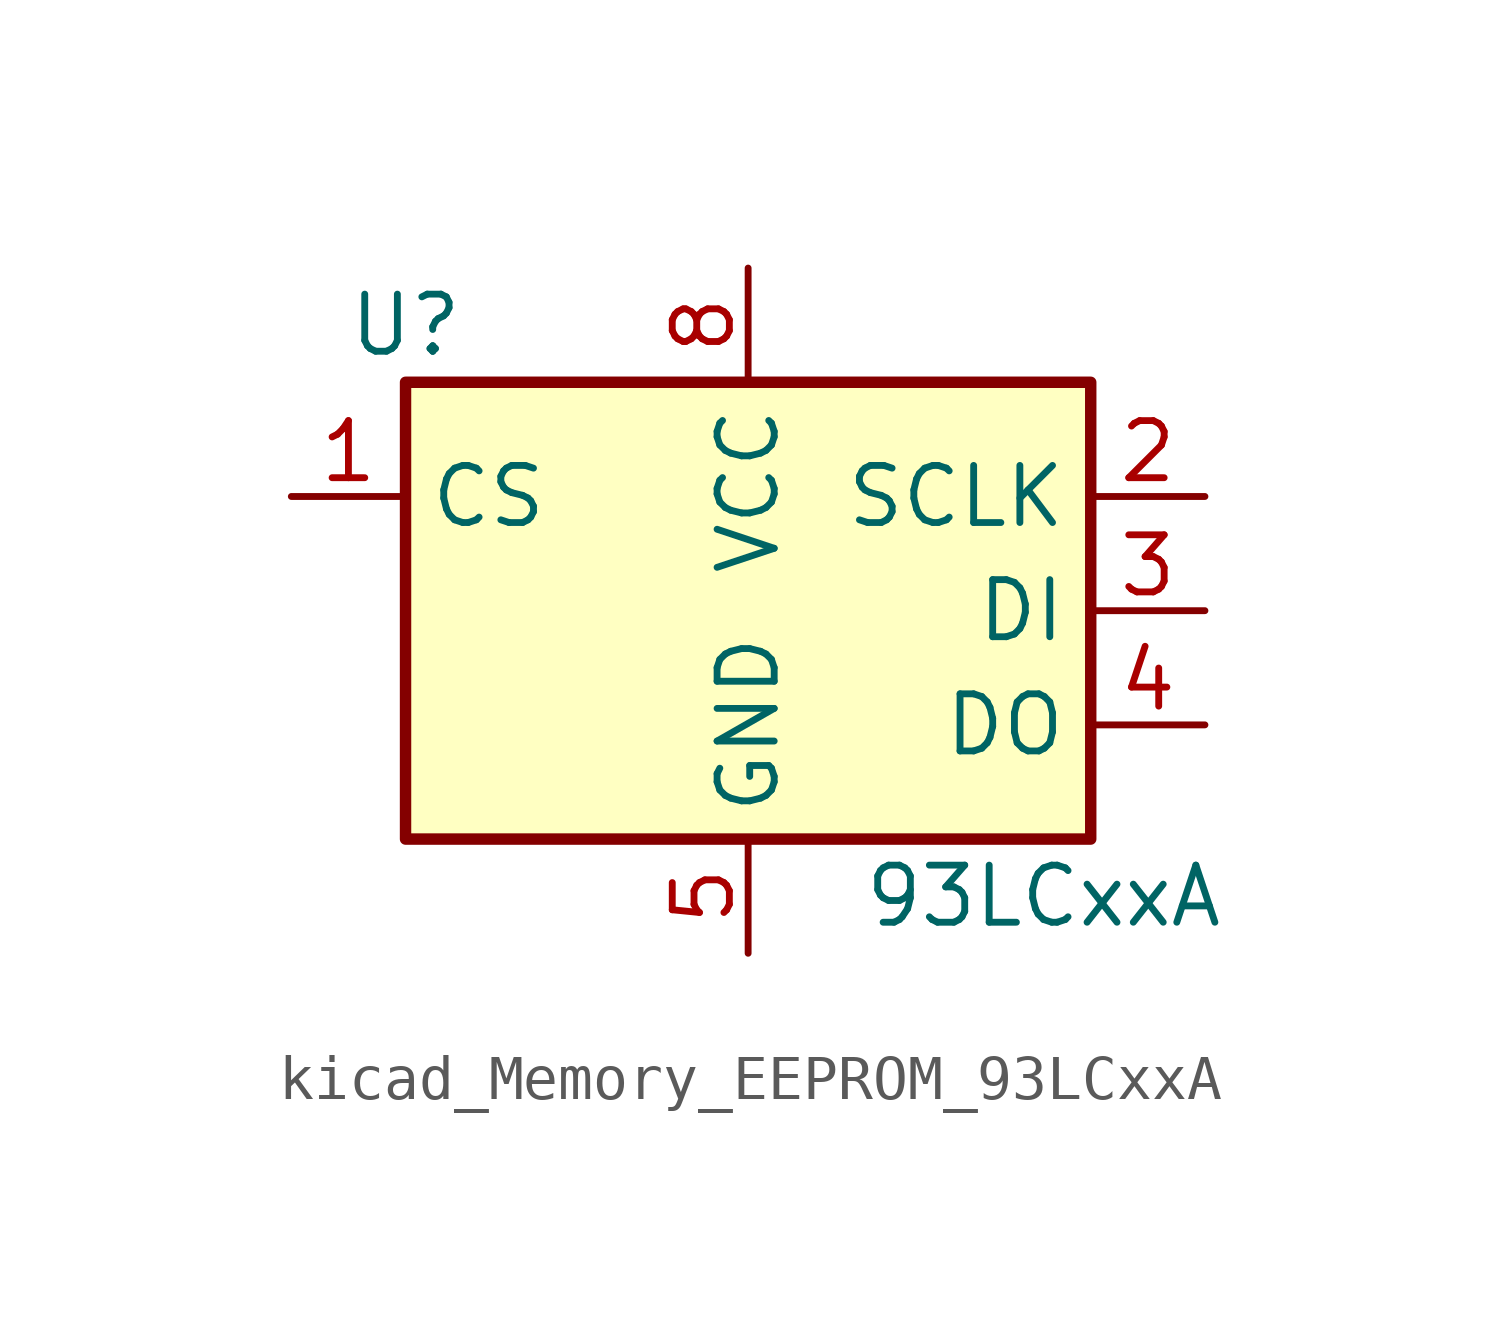
<source format=kicad_sym>
(kicad_symbol_lib
  (version 20220914)
  (generator kicad_symbol_editor)
  (symbol "kicad_Memory_EEPROM_93LCxxA"
    (property "Reference" "U"
      (at -7.62 6.35 0)
      (effects (font (size 1.27 1.27))))
    (property "Value" "93LCxxA"
      (at 2.54 -6.35 0)
      (effects (font (size 1.27 1.27)) (justify left)))
    (symbol "kicad_Memory_EEPROM_93LCxxA_1_1"
      (rectangle (start -7.62 5.08) (end 7.62 -5.08) (stroke (width 0.254) (type default)) (fill (type background)))
      (pin input line (at -10.16 2.54 0) (length 2.54) (name "CS" (effects (font (size 1.27 1.27)))) (number "1" (effects (font (size 1.27 1.27)))))
      (pin input line (at 10.16 2.54 180) (length 2.54) (name "SCLK" (effects (font (size 1.27 1.27)))) (number "2" (effects (font (size 1.27 1.27)))))
      (pin input line (at 10.16 0 180) (length 2.54) (name "DI" (effects (font (size 1.27 1.27)))) (number "3" (effects (font (size 1.27 1.27)))))
      (pin tri_state line (at 10.16 -2.54 180) (length 2.54) (name "DO" (effects (font (size 1.27 1.27)))) (number "4" (effects (font (size 1.27 1.27)))))
      (pin power_in line (at 0 -7.62 90) (length 2.54) (name "GND" (effects (font (size 1.27 1.27)))) (number "5" (effects (font (size 1.27 1.27)))))
      (pin no_connect line (at -7.62 0 0) (length 2.54) hide (name "NC" (effects (font (size 1.27 1.27)))) (number "6" (effects (font (size 1.27 1.27)))))
      (pin no_connect line (at -7.62 -2.54 0) (length 2.54) hide (name "NC" (effects (font (size 1.27 1.27)))) (number "7" (effects (font (size 1.27 1.27)))))
      (pin power_in line (at 0 7.62 270) (length 2.54) (name "VCC" (effects (font (size 1.27 1.27)))) (number "8" (effects (font (size 1.27 1.27))))))))
</source>
